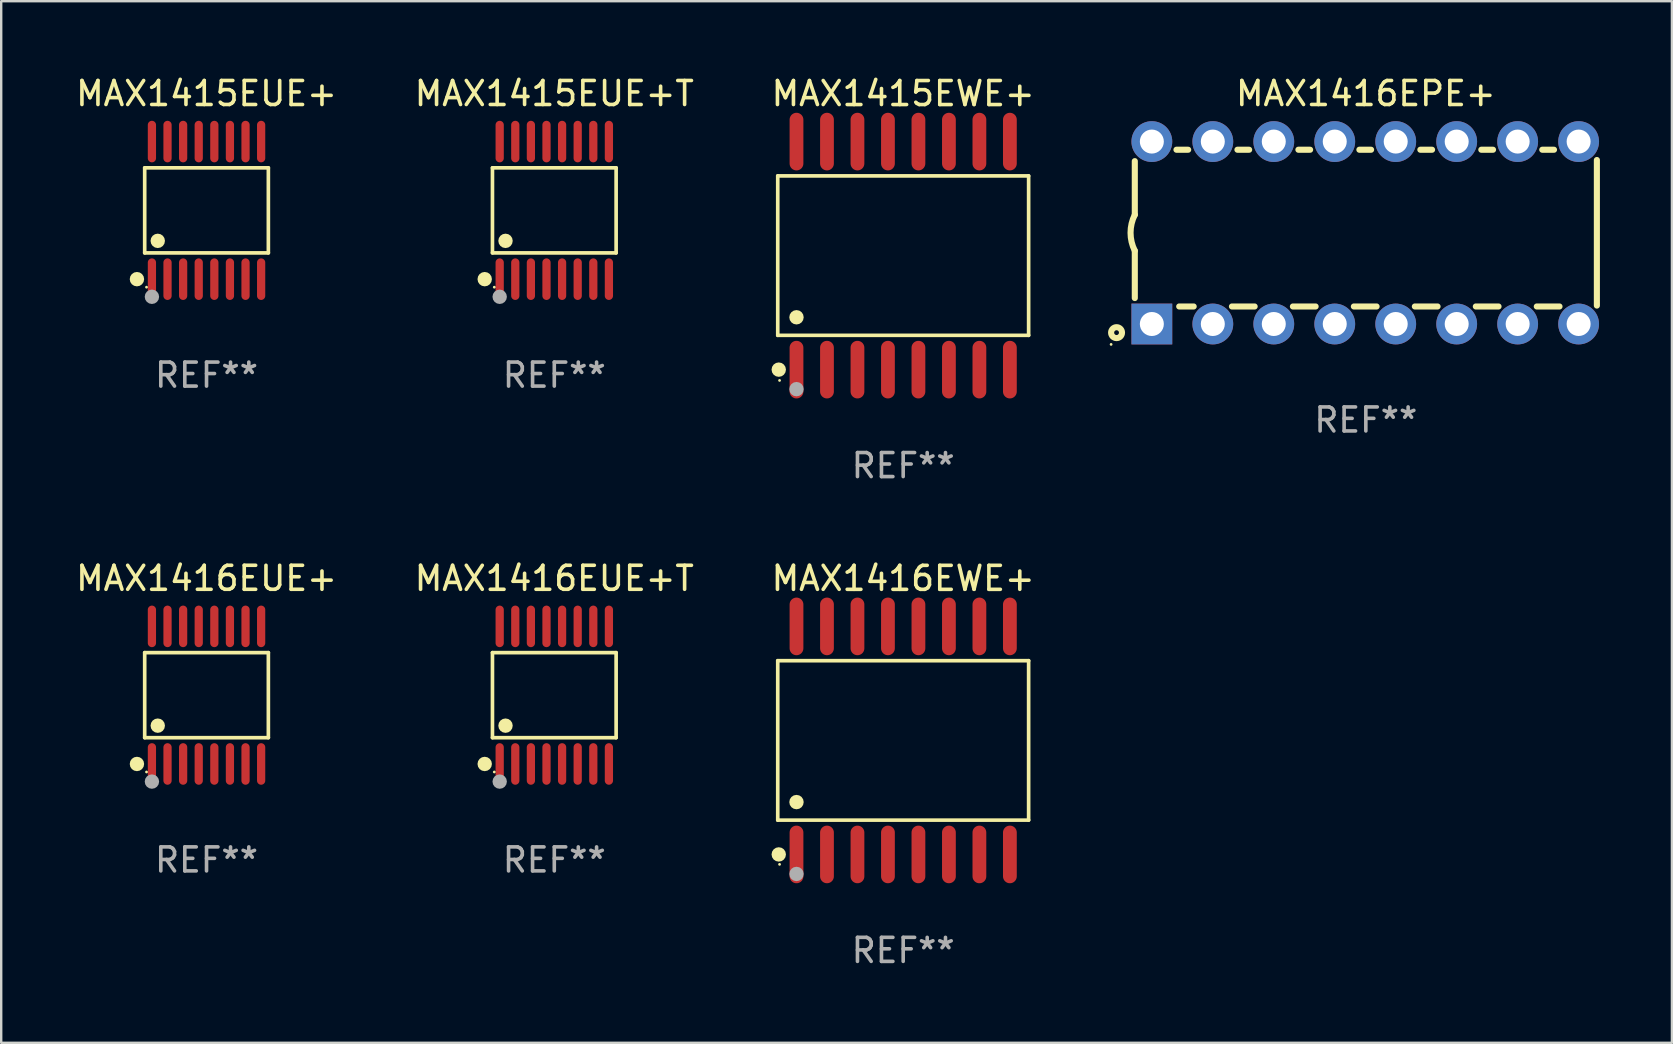
<source format=kicad_pcb>
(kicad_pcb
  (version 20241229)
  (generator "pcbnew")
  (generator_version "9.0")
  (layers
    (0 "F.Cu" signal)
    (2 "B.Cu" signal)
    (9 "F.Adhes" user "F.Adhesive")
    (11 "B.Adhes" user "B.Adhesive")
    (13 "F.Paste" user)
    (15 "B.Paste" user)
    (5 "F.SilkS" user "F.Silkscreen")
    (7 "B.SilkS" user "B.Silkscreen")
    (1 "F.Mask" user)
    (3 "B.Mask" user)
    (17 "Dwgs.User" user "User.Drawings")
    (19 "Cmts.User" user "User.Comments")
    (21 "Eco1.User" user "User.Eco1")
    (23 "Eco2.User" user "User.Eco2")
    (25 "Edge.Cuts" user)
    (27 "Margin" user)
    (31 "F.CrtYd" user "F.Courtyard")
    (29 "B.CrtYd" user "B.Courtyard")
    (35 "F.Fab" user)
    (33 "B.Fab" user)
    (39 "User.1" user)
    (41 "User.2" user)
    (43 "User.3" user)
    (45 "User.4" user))
  (footprint "MAX1416EUE+"
    (layer "F.Cu")
    (at 5.554 25.911)
    (property "Reference" "MAX1416EUE+" (at 0 -4.866 0) (layer "F.SilkS") (effects (font (size 1 1) (thickness 0.15))))
    (attr through_hole)
    (fp_line (start -2.576 -1.772) (end 2.576 -1.772) (stroke (width 0.152) (type solid)) (layer "F.SilkS"))
    (fp_line (start -2.576 1.771) (end -2.576 -1.772) (stroke (width 0.152) (type solid)) (layer "F.SilkS"))
    (fp_line (start 2.576 -1.772) (end 2.576 1.771) (stroke (width 0.152) (type solid)) (layer "F.SilkS"))
    (fp_line (start 2.576 1.771) (end -2.576 1.771) (stroke (width 0.152) (type solid)) (layer "F.SilkS"))
    (fp_circle (center -2.899 2.866) (end -2.749 2.866) (stroke (width 0.3) (type solid)) (fill no) (layer "F.SilkS"))
    (fp_circle (center -2.5 3.2) (end -2.47 3.2) (stroke (width 0.06) (type solid)) (fill no) (layer "F.SilkS"))
    (fp_circle (center -2.032 1.27) (end -1.882 1.27) (stroke (width 0.3) (type solid)) (fill no) (layer "F.SilkS"))
    (fp_circle (center -2.275 3.6) (end -2.125 3.6) (stroke (width 0.3) (type solid)) (fill no) (layer "F.Fab"))
    (fp_text user "REF**" (at 0 6.866 0) (layer "F.Fab") (effects (font (size 1 1) (thickness 0.15))))
    (pad "1" smd oval (at -2.275 2.866) (size 0.343 1.731) (layers "F.Cu" "F.Mask" "F.Paste"))
    (pad "2" smd oval (at -1.625 2.866) (size 0.343 1.731) (layers "F.Cu" "F.Mask" "F.Paste"))
    (pad "3" smd oval (at -0.975 2.866) (size 0.343 1.731) (layers "F.Cu" "F.Mask" "F.Paste"))
    (pad "4" smd oval (at -0.325 2.866) (size 0.343 1.731) (layers "F.Cu" "F.Mask" "F.Paste"))
    (pad "5" smd oval (at 0.325 2.866) (size 0.343 1.731) (layers "F.Cu" "F.Mask" "F.Paste"))
    (pad "6" smd oval (at 0.975 2.866) (size 0.343 1.731) (layers "F.Cu" "F.Mask" "F.Paste"))
    (pad "7" smd oval (at 1.625 2.866) (size 0.343 1.731) (layers "F.Cu" "F.Mask" "F.Paste"))
    (pad "8" smd oval (at 2.275 2.866) (size 0.343 1.731) (layers "F.Cu" "F.Mask" "F.Paste"))
    (pad "9" smd oval (at 2.275 -2.866) (size 0.343 1.731) (layers "F.Cu" "F.Mask" "F.Paste"))
    (pad "10" smd oval (at 1.625 -2.866) (size 0.343 1.731) (layers "F.Cu" "F.Mask" "F.Paste"))
    (pad "11" smd oval (at 0.975 -2.866) (size 0.343 1.731) (layers "F.Cu" "F.Mask" "F.Paste"))
    (pad "12" smd oval (at 0.325 -2.866) (size 0.343 1.731) (layers "F.Cu" "F.Mask" "F.Paste"))
    (pad "13" smd oval (at -0.325 -2.866) (size 0.343 1.731) (layers "F.Cu" "F.Mask" "F.Paste"))
    (pad "14" smd oval (at -0.975 -2.866) (size 0.343 1.731) (layers "F.Cu" "F.Mask" "F.Paste"))
    (pad "15" smd oval (at -1.625 -2.866) (size 0.343 1.731) (layers "F.Cu" "F.Mask" "F.Paste"))
    (pad "16" smd oval (at -2.275 -2.866) (size 0.343 1.731) (layers "F.Cu" "F.Mask" "F.Paste")))
  (footprint "MAX1415EUE+T"
    (layer "F.Cu")
    (at 20.042 5.714)
    (property "Reference" "MAX1415EUE+T" (at 0 -4.866 0) (layer "F.SilkS") (effects (font (size 1 1) (thickness 0.15))))
    (attr through_hole)
    (fp_line (start -2.576 -1.772) (end 2.576 -1.772) (stroke (width 0.152) (type solid)) (layer "F.SilkS"))
    (fp_line (start -2.576 1.771) (end -2.576 -1.772) (stroke (width 0.152) (type solid)) (layer "F.SilkS"))
    (fp_line (start 2.576 -1.772) (end 2.576 1.771) (stroke (width 0.152) (type solid)) (layer "F.SilkS"))
    (fp_line (start 2.576 1.771) (end -2.576 1.771) (stroke (width 0.152) (type solid)) (layer "F.SilkS"))
    (fp_circle (center -2.899 2.866) (end -2.749 2.866) (stroke (width 0.3) (type solid)) (fill no) (layer "F.SilkS"))
    (fp_circle (center -2.5 3.2) (end -2.47 3.2) (stroke (width 0.06) (type solid)) (fill no) (layer "F.SilkS"))
    (fp_circle (center -2.032 1.27) (end -1.882 1.27) (stroke (width 0.3) (type solid)) (fill no) (layer "F.SilkS"))
    (fp_circle (center -2.275 3.6) (end -2.125 3.6) (stroke (width 0.3) (type solid)) (fill no) (layer "F.Fab"))
    (fp_text user "REF**" (at 0 6.866 0) (layer "F.Fab") (effects (font (size 1 1) (thickness 0.15))))
    (pad "1" smd oval (at -2.275 2.866) (size 0.343 1.731) (layers "F.Cu" "F.Mask" "F.Paste"))
    (pad "2" smd oval (at -1.625 2.866) (size 0.343 1.731) (layers "F.Cu" "F.Mask" "F.Paste"))
    (pad "3" smd oval (at -0.975 2.866) (size 0.343 1.731) (layers "F.Cu" "F.Mask" "F.Paste"))
    (pad "4" smd oval (at -0.325 2.866) (size 0.343 1.731) (layers "F.Cu" "F.Mask" "F.Paste"))
    (pad "5" smd oval (at 0.325 2.866) (size 0.343 1.731) (layers "F.Cu" "F.Mask" "F.Paste"))
    (pad "6" smd oval (at 0.975 2.866) (size 0.343 1.731) (layers "F.Cu" "F.Mask" "F.Paste"))
    (pad "7" smd oval (at 1.625 2.866) (size 0.343 1.731) (layers "F.Cu" "F.Mask" "F.Paste"))
    (pad "8" smd oval (at 2.275 2.866) (size 0.343 1.731) (layers "F.Cu" "F.Mask" "F.Paste"))
    (pad "9" smd oval (at 2.275 -2.866) (size 0.343 1.731) (layers "F.Cu" "F.Mask" "F.Paste"))
    (pad "10" smd oval (at 1.625 -2.866) (size 0.343 1.731) (layers "F.Cu" "F.Mask" "F.Paste"))
    (pad "11" smd oval (at 0.975 -2.866) (size 0.343 1.731) (layers "F.Cu" "F.Mask" "F.Paste"))
    (pad "12" smd oval (at 0.325 -2.866) (size 0.343 1.731) (layers "F.Cu" "F.Mask" "F.Paste"))
    (pad "13" smd oval (at -0.325 -2.866) (size 0.343 1.731) (layers "F.Cu" "F.Mask" "F.Paste"))
    (pad "14" smd oval (at -0.975 -2.866) (size 0.343 1.731) (layers "F.Cu" "F.Mask" "F.Paste"))
    (pad "15" smd oval (at -1.625 -2.866) (size 0.343 1.731) (layers "F.Cu" "F.Mask" "F.Paste"))
    (pad "16" smd oval (at -2.275 -2.866) (size 0.343 1.731) (layers "F.Cu" "F.Mask" "F.Paste")))
  (footprint "MAX1416EUE+T"
    (layer "F.Cu")
    (at 20.042 25.911)
    (property "Reference" "MAX1416EUE+T" (at 0 -4.866 0) (layer "F.SilkS") (effects (font (size 1 1) (thickness 0.15))))
    (attr through_hole)
    (fp_line (start -2.576 -1.772) (end 2.576 -1.772) (stroke (width 0.152) (type solid)) (layer "F.SilkS"))
    (fp_line (start -2.576 1.771) (end -2.576 -1.772) (stroke (width 0.152) (type solid)) (layer "F.SilkS"))
    (fp_line (start 2.576 -1.772) (end 2.576 1.771) (stroke (width 0.152) (type solid)) (layer "F.SilkS"))
    (fp_line (start 2.576 1.771) (end -2.576 1.771) (stroke (width 0.152) (type solid)) (layer "F.SilkS"))
    (fp_circle (center -2.899 2.866) (end -2.749 2.866) (stroke (width 0.3) (type solid)) (fill no) (layer "F.SilkS"))
    (fp_circle (center -2.5 3.2) (end -2.47 3.2) (stroke (width 0.06) (type solid)) (fill no) (layer "F.SilkS"))
    (fp_circle (center -2.032 1.27) (end -1.882 1.27) (stroke (width 0.3) (type solid)) (fill no) (layer "F.SilkS"))
    (fp_circle (center -2.275 3.6) (end -2.125 3.6) (stroke (width 0.3) (type solid)) (fill no) (layer "F.Fab"))
    (fp_text user "REF**" (at 0 6.866 0) (layer "F.Fab") (effects (font (size 1 1) (thickness 0.15))))
    (pad "1" smd oval (at -2.275 2.866) (size 0.343 1.731) (layers "F.Cu" "F.Mask" "F.Paste"))
    (pad "2" smd oval (at -1.625 2.866) (size 0.343 1.731) (layers "F.Cu" "F.Mask" "F.Paste"))
    (pad "3" smd oval (at -0.975 2.866) (size 0.343 1.731) (layers "F.Cu" "F.Mask" "F.Paste"))
    (pad "4" smd oval (at -0.325 2.866) (size 0.343 1.731) (layers "F.Cu" "F.Mask" "F.Paste"))
    (pad "5" smd oval (at 0.325 2.866) (size 0.343 1.731) (layers "F.Cu" "F.Mask" "F.Paste"))
    (pad "6" smd oval (at 0.975 2.866) (size 0.343 1.731) (layers "F.Cu" "F.Mask" "F.Paste"))
    (pad "7" smd oval (at 1.625 2.866) (size 0.343 1.731) (layers "F.Cu" "F.Mask" "F.Paste"))
    (pad "8" smd oval (at 2.275 2.866) (size 0.343 1.731) (layers "F.Cu" "F.Mask" "F.Paste"))
    (pad "9" smd oval (at 2.275 -2.866) (size 0.343 1.731) (layers "F.Cu" "F.Mask" "F.Paste"))
    (pad "10" smd oval (at 1.625 -2.866) (size 0.343 1.731) (layers "F.Cu" "F.Mask" "F.Paste"))
    (pad "11" smd oval (at 0.975 -2.866) (size 0.343 1.731) (layers "F.Cu" "F.Mask" "F.Paste"))
    (pad "12" smd oval (at 0.325 -2.866) (size 0.343 1.731) (layers "F.Cu" "F.Mask" "F.Paste"))
    (pad "13" smd oval (at -0.325 -2.866) (size 0.343 1.731) (layers "F.Cu" "F.Mask" "F.Paste"))
    (pad "14" smd oval (at -0.975 -2.866) (size 0.343 1.731) (layers "F.Cu" "F.Mask" "F.Paste"))
    (pad "15" smd oval (at -1.625 -2.866) (size 0.343 1.731) (layers "F.Cu" "F.Mask" "F.Paste"))
    (pad "16" smd oval (at -2.275 -2.866) (size 0.343 1.731) (layers "F.Cu" "F.Mask" "F.Paste")))
  (footprint "MAX1416EWE+"
    (layer "F.Cu")
    (at 34.577 27.796)
    (property "Reference" "MAX1416EWE+" (at 0 -6.75 0) (layer "F.SilkS") (effects (font (size 1 1) (thickness 0.15))))
    (attr through_hole)
    (fp_line (start -5.226 -3.321) (end 5.226 -3.321) (stroke (width 0.152) (type solid)) (layer "F.SilkS"))
    (fp_line (start -5.226 3.321) (end -5.226 -3.321) (stroke (width 0.152) (type solid)) (layer "F.SilkS"))
    (fp_line (start 5.226 -3.321) (end 5.226 3.321) (stroke (width 0.152) (type solid)) (layer "F.SilkS"))
    (fp_line (start 5.226 3.321) (end -5.226 3.321) (stroke (width 0.152) (type solid)) (layer "F.SilkS"))
    (fp_circle (center -5.184 4.75) (end -5.034 4.75) (stroke (width 0.3) (type solid)) (fill no) (layer "F.SilkS"))
    (fp_circle (center -5.15 5.163) (end -5.12 5.163) (stroke (width 0.06) (type solid)) (fill no) (layer "F.SilkS"))
    (fp_circle (center -4.445 2.569) (end -4.295 2.569) (stroke (width 0.3) (type solid)) (fill no) (layer "F.SilkS"))
    (fp_circle (center -4.445 5.563) (end -4.295 5.563) (stroke (width 0.3) (type solid)) (fill no) (layer "F.Fab"))
    (fp_text user "REF**" (at 0 8.75 0) (layer "F.Fab") (effects (font (size 1 1) (thickness 0.15))))
    (pad "1" smd oval (at -4.445 4.75) (size 0.574 2.401) (layers "F.Cu" "F.Mask" "F.Paste"))
    (pad "2" smd oval (at -3.175 4.75) (size 0.574 2.401) (layers "F.Cu" "F.Mask" "F.Paste"))
    (pad "3" smd oval (at -1.905 4.75) (size 0.574 2.401) (layers "F.Cu" "F.Mask" "F.Paste"))
    (pad "4" smd oval (at -0.635 4.75) (size 0.574 2.401) (layers "F.Cu" "F.Mask" "F.Paste"))
    (pad "5" smd oval (at 0.635 4.75) (size 0.574 2.401) (layers "F.Cu" "F.Mask" "F.Paste"))
    (pad "6" smd oval (at 1.905 4.75) (size 0.574 2.401) (layers "F.Cu" "F.Mask" "F.Paste"))
    (pad "7" smd oval (at 3.175 4.75) (size 0.574 2.401) (layers "F.Cu" "F.Mask" "F.Paste"))
    (pad "8" smd oval (at 4.445 4.75) (size 0.574 2.401) (layers "F.Cu" "F.Mask" "F.Paste"))
    (pad "9" smd oval (at 4.445 -4.75) (size 0.574 2.401) (layers "F.Cu" "F.Mask" "F.Paste"))
    (pad "10" smd oval (at 3.175 -4.75) (size 0.574 2.401) (layers "F.Cu" "F.Mask" "F.Paste"))
    (pad "11" smd oval (at 1.905 -4.75) (size 0.574 2.401) (layers "F.Cu" "F.Mask" "F.Paste"))
    (pad "12" smd oval (at 0.635 -4.75) (size 0.574 2.401) (layers "F.Cu" "F.Mask" "F.Paste"))
    (pad "13" smd oval (at -0.635 -4.75) (size 0.574 2.401) (layers "F.Cu" "F.Mask" "F.Paste"))
    (pad "14" smd oval (at -1.905 -4.75) (size 0.574 2.401) (layers "F.Cu" "F.Mask" "F.Paste"))
    (pad "15" smd oval (at -3.175 -4.75) (size 0.574 2.401) (layers "F.Cu" "F.Mask" "F.Paste"))
    (pad "16" smd oval (at -4.445 -4.75) (size 0.574 2.401) (layers "F.Cu" "F.Mask" "F.Paste")))
  (footprint "MAX1415EUE+"
    (layer "F.Cu")
    (at 5.554 5.714)
    (property "Reference" "MAX1415EUE+" (at 0 -4.866 0) (layer "F.SilkS") (effects (font (size 1 1) (thickness 0.15))))
    (attr through_hole)
    (fp_line (start -2.576 -1.772) (end 2.576 -1.772) (stroke (width 0.152) (type solid)) (layer "F.SilkS"))
    (fp_line (start -2.576 1.771) (end -2.576 -1.772) (stroke (width 0.152) (type solid)) (layer "F.SilkS"))
    (fp_line (start 2.576 -1.772) (end 2.576 1.771) (stroke (width 0.152) (type solid)) (layer "F.SilkS"))
    (fp_line (start 2.576 1.771) (end -2.576 1.771) (stroke (width 0.152) (type solid)) (layer "F.SilkS"))
    (fp_circle (center -2.899 2.866) (end -2.749 2.866) (stroke (width 0.3) (type solid)) (fill no) (layer "F.SilkS"))
    (fp_circle (center -2.5 3.2) (end -2.47 3.2) (stroke (width 0.06) (type solid)) (fill no) (layer "F.SilkS"))
    (fp_circle (center -2.032 1.27) (end -1.882 1.27) (stroke (width 0.3) (type solid)) (fill no) (layer "F.SilkS"))
    (fp_circle (center -2.275 3.6) (end -2.125 3.6) (stroke (width 0.3) (type solid)) (fill no) (layer "F.Fab"))
    (fp_text user "REF**" (at 0 6.866 0) (layer "F.Fab") (effects (font (size 1 1) (thickness 0.15))))
    (pad "1" smd oval (at -2.275 2.866) (size 0.343 1.731) (layers "F.Cu" "F.Mask" "F.Paste"))
    (pad "2" smd oval (at -1.625 2.866) (size 0.343 1.731) (layers "F.Cu" "F.Mask" "F.Paste"))
    (pad "3" smd oval (at -0.975 2.866) (size 0.343 1.731) (layers "F.Cu" "F.Mask" "F.Paste"))
    (pad "4" smd oval (at -0.325 2.866) (size 0.343 1.731) (layers "F.Cu" "F.Mask" "F.Paste"))
    (pad "5" smd oval (at 0.325 2.866) (size 0.343 1.731) (layers "F.Cu" "F.Mask" "F.Paste"))
    (pad "6" smd oval (at 0.975 2.866) (size 0.343 1.731) (layers "F.Cu" "F.Mask" "F.Paste"))
    (pad "7" smd oval (at 1.625 2.866) (size 0.343 1.731) (layers "F.Cu" "F.Mask" "F.Paste"))
    (pad "8" smd oval (at 2.275 2.866) (size 0.343 1.731) (layers "F.Cu" "F.Mask" "F.Paste"))
    (pad "9" smd oval (at 2.275 -2.866) (size 0.343 1.731) (layers "F.Cu" "F.Mask" "F.Paste"))
    (pad "10" smd oval (at 1.625 -2.866) (size 0.343 1.731) (layers "F.Cu" "F.Mask" "F.Paste"))
    (pad "11" smd oval (at 0.975 -2.866) (size 0.343 1.731) (layers "F.Cu" "F.Mask" "F.Paste"))
    (pad "12" smd oval (at 0.325 -2.866) (size 0.343 1.731) (layers "F.Cu" "F.Mask" "F.Paste"))
    (pad "13" smd oval (at -0.325 -2.866) (size 0.343 1.731) (layers "F.Cu" "F.Mask" "F.Paste"))
    (pad "14" smd oval (at -0.975 -2.866) (size 0.343 1.731) (layers "F.Cu" "F.Mask" "F.Paste"))
    (pad "15" smd oval (at -1.625 -2.866) (size 0.343 1.731) (layers "F.Cu" "F.Mask" "F.Paste"))
    (pad "16" smd oval (at -2.275 -2.866) (size 0.343 1.731) (layers "F.Cu" "F.Mask" "F.Paste")))
  (footprint "MAX1415EWE+"
    (layer "F.Cu")
    (at 34.577 7.599)
    (property "Reference" "MAX1415EWE+" (at 0 -6.75 0) (layer "F.SilkS") (effects (font (size 1 1) (thickness 0.15))))
    (attr through_hole)
    (fp_line (start -5.226 -3.321) (end 5.226 -3.321) (stroke (width 0.152) (type solid)) (layer "F.SilkS"))
    (fp_line (start -5.226 3.321) (end -5.226 -3.321) (stroke (width 0.152) (type solid)) (layer "F.SilkS"))
    (fp_line (start 5.226 -3.321) (end 5.226 3.321) (stroke (width 0.152) (type solid)) (layer "F.SilkS"))
    (fp_line (start 5.226 3.321) (end -5.226 3.321) (stroke (width 0.152) (type solid)) (layer "F.SilkS"))
    (fp_circle (center -5.184 4.75) (end -5.034 4.75) (stroke (width 0.3) (type solid)) (fill no) (layer "F.SilkS"))
    (fp_circle (center -5.15 5.2) (end -5.12 5.2) (stroke (width 0.06) (type solid)) (fill no) (layer "F.SilkS"))
    (fp_circle (center -4.445 2.569) (end -4.295 2.569) (stroke (width 0.3) (type solid)) (fill no) (layer "F.SilkS"))
    (fp_circle (center -4.445 5.563) (end -4.295 5.563) (stroke (width 0.3) (type solid)) (fill no) (layer "F.Fab"))
    (fp_text user "REF**" (at 0 8.75 0) (layer "F.Fab") (effects (font (size 1 1) (thickness 0.15))))
    (pad "1" smd oval (at -4.445 4.75) (size 0.574 2.401) (layers "F.Cu" "F.Mask" "F.Paste"))
    (pad "2" smd oval (at -3.175 4.75) (size 0.574 2.401) (layers "F.Cu" "F.Mask" "F.Paste"))
    (pad "3" smd oval (at -1.905 4.75) (size 0.574 2.401) (layers "F.Cu" "F.Mask" "F.Paste"))
    (pad "4" smd oval (at -0.635 4.75) (size 0.574 2.401) (layers "F.Cu" "F.Mask" "F.Paste"))
    (pad "5" smd oval (at 0.635 4.75) (size 0.574 2.401) (layers "F.Cu" "F.Mask" "F.Paste"))
    (pad "6" smd oval (at 1.905 4.75) (size 0.574 2.401) (layers "F.Cu" "F.Mask" "F.Paste"))
    (pad "7" smd oval (at 3.175 4.75) (size 0.574 2.401) (layers "F.Cu" "F.Mask" "F.Paste"))
    (pad "8" smd oval (at 4.445 4.75) (size 0.574 2.401) (layers "F.Cu" "F.Mask" "F.Paste"))
    (pad "9" smd oval (at 4.445 -4.75) (size 0.574 2.401) (layers "F.Cu" "F.Mask" "F.Paste"))
    (pad "10" smd oval (at 3.175 -4.75) (size 0.574 2.401) (layers "F.Cu" "F.Mask" "F.Paste"))
    (pad "11" smd oval (at 1.905 -4.75) (size 0.574 2.401) (layers "F.Cu" "F.Mask" "F.Paste"))
    (pad "12" smd oval (at 0.635 -4.75) (size 0.574 2.401) (layers "F.Cu" "F.Mask" "F.Paste"))
    (pad "13" smd oval (at -0.635 -4.75) (size 0.574 2.401) (layers "F.Cu" "F.Mask" "F.Paste"))
    (pad "14" smd oval (at -1.905 -4.75) (size 0.574 2.401) (layers "F.Cu" "F.Mask" "F.Paste"))
    (pad "15" smd oval (at -3.175 -4.75) (size 0.574 2.401) (layers "F.Cu" "F.Mask" "F.Paste"))
    (pad "16" smd oval (at -4.445 -4.75) (size 0.574 2.401) (layers "F.Cu" "F.Mask" "F.Paste")))
  (footprint "MAX1416EPE+"
    (layer "F.Cu")
    (at 53.851 6.648)
    (property "Reference" "MAX1416EPE+" (at 0 -5.8 0) (layer "F.SilkS") (effects (font (size 1 1) (thickness 0.15))))
    (attr through_hole)
    (fp_line (start -9.625 -0.75) (end -9.625 -2.985) (stroke (width 0.254) (type solid)) (layer "F.SilkS"))
    (fp_line (start -9.625 0.749) (end -9.625 2.719) (stroke (width 0.254) (type solid)) (layer "F.SilkS"))
    (fp_line (start -7.889 -3.46) (end -7.401 -3.46) (stroke (width 0.254) (type solid)) (layer "F.SilkS"))
    (fp_line (start -7.775 3.07) (end -7.172 3.07) (stroke (width 0.254) (type solid)) (layer "F.SilkS"))
    (fp_line (start -5.578 3.07) (end -4.632 3.07) (stroke (width 0.254) (type solid)) (layer "F.SilkS"))
    (fp_line (start -5.349 -3.46) (end -4.861 -3.46) (stroke (width 0.254) (type solid)) (layer "F.SilkS"))
    (fp_line (start -3.038 3.07) (end -2.092 3.07) (stroke (width 0.254) (type solid)) (layer "F.SilkS"))
    (fp_line (start -2.809 -3.46) (end -2.321 -3.46) (stroke (width 0.254) (type solid)) (layer "F.SilkS"))
    (fp_line (start -0.498 3.07) (end 0.448 3.07) (stroke (width 0.254) (type solid)) (layer "F.SilkS"))
    (fp_line (start -0.269 -3.46) (end 0.219 -3.46) (stroke (width 0.254) (type solid)) (layer "F.SilkS"))
    (fp_line (start 2.042 3.07) (end 2.988 3.07) (stroke (width 0.254) (type solid)) (layer "F.SilkS"))
    (fp_line (start 2.271 -3.46) (end 2.759 -3.46) (stroke (width 0.254) (type solid)) (layer "F.SilkS"))
    (fp_line (start 4.582 3.07) (end 5.528 3.07) (stroke (width 0.254) (type solid)) (layer "F.SilkS"))
    (fp_line (start 4.811 -3.46) (end 5.299 -3.46) (stroke (width 0.254) (type solid)) (layer "F.SilkS"))
    (fp_line (start 7.122 3.07) (end 8.068 3.07) (stroke (width 0.254) (type solid)) (layer "F.SilkS"))
    (fp_line (start 7.351 -3.46) (end 7.839 -3.46) (stroke (width 0.254) (type solid)) (layer "F.SilkS"))
    (fp_line (start 9.625 3.032) (end 9.625 -3.032) (stroke (width 0.254) (type solid)) (layer "F.SilkS"))
    (fp_arc (start -9.62498 0.748819) (mid -9.801899 -0.000581) (end -9.625006 -0.749987) (stroke (width 0.254001) (type solid)) (layer "F.SilkS"))
    (fp_circle (center -10.612 4.65) (end -10.582 4.65) (stroke (width 0.06) (type solid)) (fill no) (layer "F.SilkS"))
    (fp_circle (center -10.385 4.16) (end -10.285 4.16) (stroke (width 0.254) (type solid)) (fill no) (layer "F.SilkS"))
    (fp_text user "REF**" (at 0 7.8 0) (layer "F.Fab") (effects (font (size 1 1) (thickness 0.15))))
    (pad "1" thru_hole rect (at -8.915 3.8 90) (size 1.7 1.7) (drill 1) (layers "*.Cu" "*.Mask"))
    (pad "2" thru_hole circle (at -6.375 3.8) (size 1.7 1.7) (drill 1) (layers "*.Cu" "*.Mask"))
    (pad "3" thru_hole circle (at -3.835 3.8) (size 1.7 1.7) (drill 1) (layers "*.Cu" "*.Mask"))
    (pad "4" thru_hole circle (at -1.295 3.8) (size 1.7 1.7) (drill 1) (layers "*.Cu" "*.Mask"))
    (pad "5" thru_hole circle (at 1.245 3.8) (size 1.7 1.7) (drill 1) (layers "*.Cu" "*.Mask"))
    (pad "6" thru_hole circle (at 3.785 3.8) (size 1.7 1.7) (drill 1) (layers "*.Cu" "*.Mask"))
    (pad "7" thru_hole circle (at 6.325 3.8) (size 1.7 1.7) (drill 1) (layers "*.Cu" "*.Mask"))
    (pad "8" thru_hole circle (at 8.865 3.8) (size 1.7 1.7) (drill 1) (layers "*.Cu" "*.Mask"))
    (pad "9" thru_hole circle (at 8.865 -3.8) (size 1.7 1.7) (drill 1) (layers "*.Cu" "*.Mask"))
    (pad "10" thru_hole circle (at 6.325 -3.8) (size 1.7 1.7) (drill 1) (layers "*.Cu" "*.Mask"))
    (pad "11" thru_hole circle (at 3.785 -3.8) (size 1.7 1.7) (drill 1) (layers "*.Cu" "*.Mask"))
    (pad "12" thru_hole circle (at 1.245 -3.8) (size 1.7 1.7) (drill 1) (layers "*.Cu" "*.Mask"))
    (pad "13" thru_hole circle (at -1.295 -3.8) (size 1.7 1.7) (drill 1) (layers "*.Cu" "*.Mask"))
    (pad "14" thru_hole circle (at -3.835 -3.8) (size 1.7 1.7) (drill 1) (layers "*.Cu" "*.Mask"))
    (pad "15" thru_hole circle (at -6.375 -3.8) (size 1.7 1.7) (drill 1) (layers "*.Cu" "*.Mask"))
    (pad "16" thru_hole circle (at -8.915 -3.8) (size 1.7 1.7) (drill 1) (layers "*.Cu" "*.Mask")))
  (gr_rect
    (start -3 -3)
    (end 66.603 40.394)
    (stroke (width 0.1) (type default))
    (fill no)
    (layer "Edge.Cuts")))
</source>
